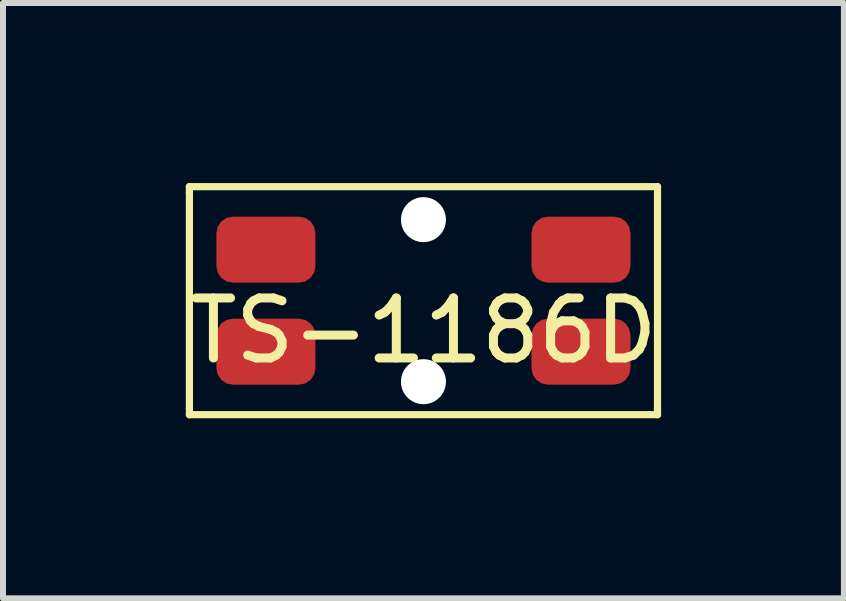
<source format=kicad_pcb>
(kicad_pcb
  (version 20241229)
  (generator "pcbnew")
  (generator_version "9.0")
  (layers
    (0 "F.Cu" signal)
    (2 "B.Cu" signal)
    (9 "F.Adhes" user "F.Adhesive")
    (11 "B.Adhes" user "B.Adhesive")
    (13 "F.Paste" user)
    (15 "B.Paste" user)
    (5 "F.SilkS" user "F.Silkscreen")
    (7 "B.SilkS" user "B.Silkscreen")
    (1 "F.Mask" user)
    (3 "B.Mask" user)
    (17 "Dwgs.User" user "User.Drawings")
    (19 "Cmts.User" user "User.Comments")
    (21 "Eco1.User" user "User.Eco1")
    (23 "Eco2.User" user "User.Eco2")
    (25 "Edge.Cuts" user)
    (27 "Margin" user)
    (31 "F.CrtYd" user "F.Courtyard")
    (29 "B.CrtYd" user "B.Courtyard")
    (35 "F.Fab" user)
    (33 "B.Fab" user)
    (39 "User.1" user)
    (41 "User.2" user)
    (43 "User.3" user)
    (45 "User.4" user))
  (footprint "TS-1186D"
    (layer "F.Cu")
    (at 4.006 1.96)
    (property "Reference" "TS-1186D" (at 0 0.5 0) (layer "F.SilkS") (effects (font (size 1 1) (thickness 0.15))))
    (attr through_hole)
    (fp_line (start -3.9 -1.8) (end -3.9 -1.9) (stroke (width 0.12) (type solid)) (layer "F.SilkS"))
    (fp_line (start -3.9 -1.8) (end -3.9 1.8) (stroke (width 0.12) (type solid)) (layer "F.SilkS"))
    (fp_line (start -3.9 1.9) (end -3.9 1.8) (stroke (width 0.12) (type solid)) (layer "F.SilkS"))
    (fp_line (start -3.9 1.9) (end 3.9 1.9) (stroke (width 0.12) (type solid)) (layer "F.SilkS"))
    (fp_line (start 3.9 -1.9) (end -3.9 -1.9) (stroke (width 0.12) (type solid)) (layer "F.SilkS"))
    (fp_line (start 3.9 -1.9) (end 3.9 -1.8) (stroke (width 0.12) (type solid)) (layer "F.SilkS"))
    (fp_line (start 3.9 -1.8) (end 3.9 1.8) (stroke (width 0.12) (type solid)) (layer "F.SilkS"))
    (fp_line (start 3.9 1.8) (end 3.9 1.9) (stroke (width 0.12) (type solid)) (layer "F.SilkS"))
    (pad "" np_thru_hole circle (at 0 -1.35) (size 0.75 0.75) (drill 0.75) (layers "*.Cu" "*.Mask"))
    (pad "" np_thru_hole circle (at 0 1.35) (size 0.75 0.75) (drill 0.75) (layers "*.Cu" "*.Mask"))
    (pad "1" smd roundrect (at -2.625 -0.85) (size 1.65 1.1) (layers "F.Cu" "F.Mask" "F.Paste") (roundrect_rratio 0.25))
    (pad "1" smd roundrect (at 2.625 -0.85) (size 1.65 1.1) (layers "F.Cu" "F.Mask" "F.Paste") (roundrect_rratio 0.25))
    (pad "2" smd roundrect (at -2.625 0.85) (size 1.65 1.1) (layers "F.Cu" "F.Mask" "F.Paste") (roundrect_rratio 0.25))
    (pad "2" smd roundrect (at 2.625 0.85) (size 1.65 1.1) (layers "F.Cu" "F.Mask" "F.Paste") (roundrect_rratio 0.25)))
  (gr_rect
    (start -3 -3)
    (end 11.012 6.92)
    (stroke (width 0.1) (type default))
    (fill no)
    (layer "Edge.Cuts")))
</source>
